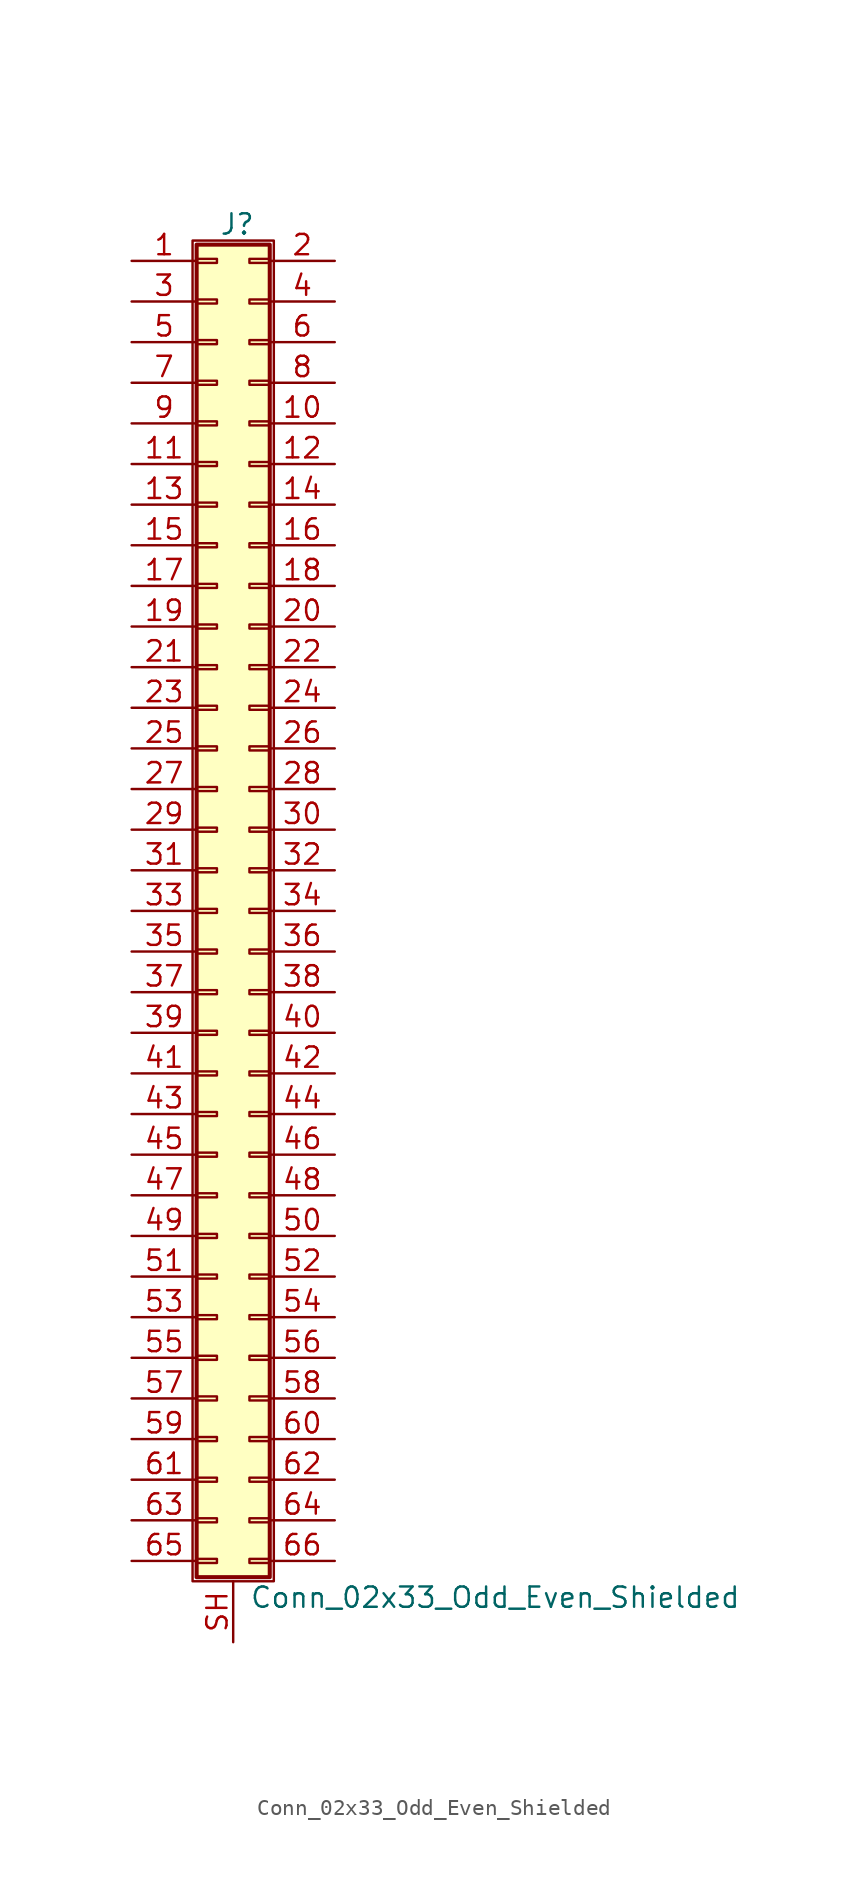
<source format=kicad_sym>
(kicad_symbol_lib
  (version 20211014)
  (generator kicad_symbol_editor)
  (symbol "Conn_02x33_Odd_Even_Shielded"
    (pin_names
      (offset 1.016) hide)
    (property "Reference" "J"
      (at 1.524 42.926 0)
      (effects (font (size 1.27 1.27))))
    (property "Value" "Conn_02x33_Odd_Even_Shielded"
      (at 2.286 -42.926 0)
      (effects (font (size 1.27 1.27)) (justify left)))
    (symbol "Conn_02x33_Odd_Even_Shielded_1_1"
      (rectangle (start -1.27 41.91) (end 3.81 -41.91) (stroke (width 0.152) (type default) (color 0 0 0 0)) (fill (type none)))
      (rectangle (start -1.016 -40.513) (end 0.254 -40.767) (stroke (width 0.152) (type default) (color 0 0 0 0)) (fill (type none)))
      (rectangle (start -1.016 -37.973) (end 0.254 -38.227) (stroke (width 0.152) (type default) (color 0 0 0 0)) (fill (type none)))
      (rectangle (start -1.016 -35.433) (end 0.254 -35.687) (stroke (width 0.152) (type default) (color 0 0 0 0)) (fill (type none)))
      (rectangle (start -1.016 -32.893) (end 0.254 -33.147) (stroke (width 0.152) (type default) (color 0 0 0 0)) (fill (type none)))
      (rectangle (start -1.016 -30.353) (end 0.254 -30.607) (stroke (width 0.152) (type default) (color 0 0 0 0)) (fill (type none)))
      (rectangle (start -1.016 -27.813) (end 0.254 -28.067) (stroke (width 0.152) (type default) (color 0 0 0 0)) (fill (type none)))
      (rectangle (start -1.016 -25.273) (end 0.254 -25.527) (stroke (width 0.152) (type default) (color 0 0 0 0)) (fill (type none)))
      (rectangle (start -1.016 -22.733) (end 0.254 -22.987) (stroke (width 0.152) (type default) (color 0 0 0 0)) (fill (type none)))
      (rectangle (start -1.016 -20.193) (end 0.254 -20.447) (stroke (width 0.152) (type default) (color 0 0 0 0)) (fill (type none)))
      (rectangle (start -1.016 -17.653) (end 0.254 -17.907) (stroke (width 0.152) (type default) (color 0 0 0 0)) (fill (type none)))
      (rectangle (start -1.016 -15.113) (end 0.254 -15.367) (stroke (width 0.152) (type default) (color 0 0 0 0)) (fill (type none)))
      (rectangle (start -1.016 -12.573) (end 0.254 -12.827) (stroke (width 0.152) (type default) (color 0 0 0 0)) (fill (type none)))
      (rectangle (start -1.016 -10.033) (end 0.254 -10.287) (stroke (width 0.152) (type default) (color 0 0 0 0)) (fill (type none)))
      (rectangle (start -1.016 -7.493) (end 0.254 -7.747) (stroke (width 0.152) (type default) (color 0 0 0 0)) (fill (type none)))
      (rectangle (start -1.016 -4.953) (end 0.254 -5.207) (stroke (width 0.152) (type default) (color 0 0 0 0)) (fill (type none)))
      (rectangle (start -1.016 -2.413) (end 0.254 -2.667) (stroke (width 0.152) (type default) (color 0 0 0 0)) (fill (type none)))
      (rectangle (start -1.016 0.127) (end 0.254 -0.127) (stroke (width 0.152) (type default) (color 0 0 0 0)) (fill (type none)))
      (rectangle (start -1.016 2.667) (end 0.254 2.413) (stroke (width 0.152) (type default) (color 0 0 0 0)) (fill (type none)))
      (rectangle (start -1.016 5.207) (end 0.254 4.953) (stroke (width 0.152) (type default) (color 0 0 0 0)) (fill (type none)))
      (rectangle (start -1.016 7.747) (end 0.254 7.493) (stroke (width 0.152) (type default) (color 0 0 0 0)) (fill (type none)))
      (rectangle (start -1.016 10.287) (end 0.254 10.033) (stroke (width 0.152) (type default) (color 0 0 0 0)) (fill (type none)))
      (rectangle (start -1.016 12.827) (end 0.254 12.573) (stroke (width 0.152) (type default) (color 0 0 0 0)) (fill (type none)))
      (rectangle (start -1.016 15.367) (end 0.254 15.113) (stroke (width 0.152) (type default) (color 0 0 0 0)) (fill (type none)))
      (rectangle (start -1.016 17.907) (end 0.254 17.653) (stroke (width 0.152) (type default) (color 0 0 0 0)) (fill (type none)))
      (rectangle (start -1.016 20.447) (end 0.254 20.193) (stroke (width 0.152) (type default) (color 0 0 0 0)) (fill (type none)))
      (rectangle (start -1.016 22.987) (end 0.254 22.733) (stroke (width 0.152) (type default) (color 0 0 0 0)) (fill (type none)))
      (rectangle (start -1.016 25.527) (end 0.254 25.273) (stroke (width 0.152) (type default) (color 0 0 0 0)) (fill (type none)))
      (rectangle (start -1.016 28.067) (end 0.254 27.813) (stroke (width 0.152) (type default) (color 0 0 0 0)) (fill (type none)))
      (rectangle (start -1.016 30.607) (end 0.254 30.353) (stroke (width 0.152) (type default) (color 0 0 0 0)) (fill (type none)))
      (rectangle (start -1.016 33.147) (end 0.254 32.893) (stroke (width 0.152) (type default) (color 0 0 0 0)) (fill (type none)))
      (rectangle (start -1.016 35.687) (end 0.254 35.433) (stroke (width 0.152) (type default) (color 0 0 0 0)) (fill (type none)))
      (rectangle (start -1.016 38.227) (end 0.254 37.973) (stroke (width 0.152) (type default) (color 0 0 0 0)) (fill (type none)))
      (rectangle (start -1.016 40.767) (end 0.254 40.513) (stroke (width 0.152) (type default) (color 0 0 0 0)) (fill (type none)))
      (rectangle (start -1.016 41.656) (end 3.556 -41.656) (stroke (width 0.254) (type default) (color 0 0 0 0)) (fill (type background)))
      (rectangle (start 3.556 -40.513) (end 2.286 -40.767) (stroke (width 0.152) (type default) (color 0 0 0 0)) (fill (type none)))
      (rectangle (start 3.556 -37.973) (end 2.286 -38.227) (stroke (width 0.152) (type default) (color 0 0 0 0)) (fill (type none)))
      (rectangle (start 3.556 -35.433) (end 2.286 -35.687) (stroke (width 0.152) (type default) (color 0 0 0 0)) (fill (type none)))
      (rectangle (start 3.556 -32.893) (end 2.286 -33.147) (stroke (width 0.152) (type default) (color 0 0 0 0)) (fill (type none)))
      (rectangle (start 3.556 -30.353) (end 2.286 -30.607) (stroke (width 0.152) (type default) (color 0 0 0 0)) (fill (type none)))
      (rectangle (start 3.556 -27.813) (end 2.286 -28.067) (stroke (width 0.152) (type default) (color 0 0 0 0)) (fill (type none)))
      (rectangle (start 3.556 -25.273) (end 2.286 -25.527) (stroke (width 0.152) (type default) (color 0 0 0 0)) (fill (type none)))
      (rectangle (start 3.556 -22.733) (end 2.286 -22.987) (stroke (width 0.152) (type default) (color 0 0 0 0)) (fill (type none)))
      (rectangle (start 3.556 -20.193) (end 2.286 -20.447) (stroke (width 0.152) (type default) (color 0 0 0 0)) (fill (type none)))
      (rectangle (start 3.556 -17.653) (end 2.286 -17.907) (stroke (width 0.152) (type default) (color 0 0 0 0)) (fill (type none)))
      (rectangle (start 3.556 -15.113) (end 2.286 -15.367) (stroke (width 0.152) (type default) (color 0 0 0 0)) (fill (type none)))
      (rectangle (start 3.556 -12.573) (end 2.286 -12.827) (stroke (width 0.152) (type default) (color 0 0 0 0)) (fill (type none)))
      (rectangle (start 3.556 -10.033) (end 2.286 -10.287) (stroke (width 0.152) (type default) (color 0 0 0 0)) (fill (type none)))
      (rectangle (start 3.556 -7.493) (end 2.286 -7.747) (stroke (width 0.152) (type default) (color 0 0 0 0)) (fill (type none)))
      (rectangle (start 3.556 -4.953) (end 2.286 -5.207) (stroke (width 0.152) (type default) (color 0 0 0 0)) (fill (type none)))
      (rectangle (start 3.556 -2.413) (end 2.286 -2.667) (stroke (width 0.152) (type default) (color 0 0 0 0)) (fill (type none)))
      (rectangle (start 3.556 0.127) (end 2.286 -0.127) (stroke (width 0.152) (type default) (color 0 0 0 0)) (fill (type none)))
      (rectangle (start 3.556 2.667) (end 2.286 2.413) (stroke (width 0.152) (type default) (color 0 0 0 0)) (fill (type none)))
      (rectangle (start 3.556 5.207) (end 2.286 4.953) (stroke (width 0.152) (type default) (color 0 0 0 0)) (fill (type none)))
      (rectangle (start 3.556 7.747) (end 2.286 7.493) (stroke (width 0.152) (type default) (color 0 0 0 0)) (fill (type none)))
      (rectangle (start 3.556 10.287) (end 2.286 10.033) (stroke (width 0.152) (type default) (color 0 0 0 0)) (fill (type none)))
      (rectangle (start 3.556 12.827) (end 2.286 12.573) (stroke (width 0.152) (type default) (color 0 0 0 0)) (fill (type none)))
      (rectangle (start 3.556 15.367) (end 2.286 15.113) (stroke (width 0.152) (type default) (color 0 0 0 0)) (fill (type none)))
      (rectangle (start 3.556 17.907) (end 2.286 17.653) (stroke (width 0.152) (type default) (color 0 0 0 0)) (fill (type none)))
      (rectangle (start 3.556 20.447) (end 2.286 20.193) (stroke (width 0.152) (type default) (color 0 0 0 0)) (fill (type none)))
      (rectangle (start 3.556 22.987) (end 2.286 22.733) (stroke (width 0.152) (type default) (color 0 0 0 0)) (fill (type none)))
      (rectangle (start 3.556 25.527) (end 2.286 25.273) (stroke (width 0.152) (type default) (color 0 0 0 0)) (fill (type none)))
      (rectangle (start 3.556 28.067) (end 2.286 27.813) (stroke (width 0.152) (type default) (color 0 0 0 0)) (fill (type none)))
      (rectangle (start 3.556 30.607) (end 2.286 30.353) (stroke (width 0.152) (type default) (color 0 0 0 0)) (fill (type none)))
      (rectangle (start 3.556 33.147) (end 2.286 32.893) (stroke (width 0.152) (type default) (color 0 0 0 0)) (fill (type none)))
      (rectangle (start 3.556 35.687) (end 2.286 35.433) (stroke (width 0.152) (type default) (color 0 0 0 0)) (fill (type none)))
      (rectangle (start 3.556 38.227) (end 2.286 37.973) (stroke (width 0.152) (type default) (color 0 0 0 0)) (fill (type none)))
      (rectangle (start 3.556 40.767) (end 2.286 40.513) (stroke (width 0.152) (type default) (color 0 0 0 0)) (fill (type none)))
      (pin passive line (at -5.08 40.64 0) (length 4.064) (name "Pin_1" (effects (font (size 1.27 1.27)))) (number "1" (effects (font (size 1.27 1.27)))))
      (pin passive line (at 7.62 30.48 180) (length 4.064) (name "Pin_10" (effects (font (size 1.27 1.27)))) (number "10" (effects (font (size 1.27 1.27)))))
      (pin passive line (at -5.08 27.94 0) (length 4.064) (name "Pin_11" (effects (font (size 1.27 1.27)))) (number "11" (effects (font (size 1.27 1.27)))))
      (pin passive line (at 7.62 27.94 180) (length 4.064) (name "Pin_12" (effects (font (size 1.27 1.27)))) (number "12" (effects (font (size 1.27 1.27)))))
      (pin passive line (at -5.08 25.4 0) (length 4.064) (name "Pin_13" (effects (font (size 1.27 1.27)))) (number "13" (effects (font (size 1.27 1.27)))))
      (pin passive line (at 7.62 25.4 180) (length 4.064) (name "Pin_14" (effects (font (size 1.27 1.27)))) (number "14" (effects (font (size 1.27 1.27)))))
      (pin passive line (at -5.08 22.86 0) (length 4.064) (name "Pin_15" (effects (font (size 1.27 1.27)))) (number "15" (effects (font (size 1.27 1.27)))))
      (pin passive line (at 7.62 22.86 180) (length 4.064) (name "Pin_16" (effects (font (size 1.27 1.27)))) (number "16" (effects (font (size 1.27 1.27)))))
      (pin passive line (at -5.08 20.32 0) (length 4.064) (name "Pin_17" (effects (font (size 1.27 1.27)))) (number "17" (effects (font (size 1.27 1.27)))))
      (pin passive line (at 7.62 20.32 180) (length 4.064) (name "Pin_18" (effects (font (size 1.27 1.27)))) (number "18" (effects (font (size 1.27 1.27)))))
      (pin passive line (at -5.08 17.78 0) (length 4.064) (name "Pin_19" (effects (font (size 1.27 1.27)))) (number "19" (effects (font (size 1.27 1.27)))))
      (pin passive line (at 7.62 40.64 180) (length 4.064) (name "Pin_2" (effects (font (size 1.27 1.27)))) (number "2" (effects (font (size 1.27 1.27)))))
      (pin passive line (at 7.62 17.78 180) (length 4.064) (name "Pin_20" (effects (font (size 1.27 1.27)))) (number "20" (effects (font (size 1.27 1.27)))))
      (pin passive line (at -5.08 15.24 0) (length 4.064) (name "Pin_21" (effects (font (size 1.27 1.27)))) (number "21" (effects (font (size 1.27 1.27)))))
      (pin passive line (at 7.62 15.24 180) (length 4.064) (name "Pin_22" (effects (font (size 1.27 1.27)))) (number "22" (effects (font (size 1.27 1.27)))))
      (pin passive line (at -5.08 12.7 0) (length 4.064) (name "Pin_23" (effects (font (size 1.27 1.27)))) (number "23" (effects (font (size 1.27 1.27)))))
      (pin passive line (at 7.62 12.7 180) (length 4.064) (name "Pin_24" (effects (font (size 1.27 1.27)))) (number "24" (effects (font (size 1.27 1.27)))))
      (pin passive line (at -5.08 10.16 0) (length 4.064) (name "Pin_25" (effects (font (size 1.27 1.27)))) (number "25" (effects (font (size 1.27 1.27)))))
      (pin passive line (at 7.62 10.16 180) (length 4.064) (name "Pin_26" (effects (font (size 1.27 1.27)))) (number "26" (effects (font (size 1.27 1.27)))))
      (pin passive line (at -5.08 7.62 0) (length 4.064) (name "Pin_27" (effects (font (size 1.27 1.27)))) (number "27" (effects (font (size 1.27 1.27)))))
      (pin passive line (at 7.62 7.62 180) (length 4.064) (name "Pin_28" (effects (font (size 1.27 1.27)))) (number "28" (effects (font (size 1.27 1.27)))))
      (pin passive line (at -5.08 5.08 0) (length 4.064) (name "Pin_29" (effects (font (size 1.27 1.27)))) (number "29" (effects (font (size 1.27 1.27)))))
      (pin passive line (at -5.08 38.1 0) (length 4.064) (name "Pin_3" (effects (font (size 1.27 1.27)))) (number "3" (effects (font (size 1.27 1.27)))))
      (pin passive line (at 7.62 5.08 180) (length 4.064) (name "Pin_30" (effects (font (size 1.27 1.27)))) (number "30" (effects (font (size 1.27 1.27)))))
      (pin passive line (at -5.08 2.54 0) (length 4.064) (name "Pin_31" (effects (font (size 1.27 1.27)))) (number "31" (effects (font (size 1.27 1.27)))))
      (pin passive line (at 7.62 2.54 180) (length 4.064) (name "Pin_32" (effects (font (size 1.27 1.27)))) (number "32" (effects (font (size 1.27 1.27)))))
      (pin passive line (at -5.08 0 0) (length 4.064) (name "Pin_33" (effects (font (size 1.27 1.27)))) (number "33" (effects (font (size 1.27 1.27)))))
      (pin passive line (at 7.62 0 180) (length 4.064) (name "Pin_34" (effects (font (size 1.27 1.27)))) (number "34" (effects (font (size 1.27 1.27)))))
      (pin passive line (at -5.08 -2.54 0) (length 4.064) (name "Pin_35" (effects (font (size 1.27 1.27)))) (number "35" (effects (font (size 1.27 1.27)))))
      (pin passive line (at 7.62 -2.54 180) (length 4.064) (name "Pin_36" (effects (font (size 1.27 1.27)))) (number "36" (effects (font (size 1.27 1.27)))))
      (pin passive line (at -5.08 -5.08 0) (length 4.064) (name "Pin_37" (effects (font (size 1.27 1.27)))) (number "37" (effects (font (size 1.27 1.27)))))
      (pin passive line (at 7.62 -5.08 180) (length 4.064) (name "Pin_38" (effects (font (size 1.27 1.27)))) (number "38" (effects (font (size 1.27 1.27)))))
      (pin passive line (at -5.08 -7.62 0) (length 4.064) (name "Pin_39" (effects (font (size 1.27 1.27)))) (number "39" (effects (font (size 1.27 1.27)))))
      (pin passive line (at 7.62 38.1 180) (length 4.064) (name "Pin_4" (effects (font (size 1.27 1.27)))) (number "4" (effects (font (size 1.27 1.27)))))
      (pin passive line (at 7.62 -7.62 180) (length 4.064) (name "Pin_40" (effects (font (size 1.27 1.27)))) (number "40" (effects (font (size 1.27 1.27)))))
      (pin passive line (at -5.08 -10.16 0) (length 4.064) (name "Pin_41" (effects (font (size 1.27 1.27)))) (number "41" (effects (font (size 1.27 1.27)))))
      (pin passive line (at 7.62 -10.16 180) (length 4.064) (name "Pin_42" (effects (font (size 1.27 1.27)))) (number "42" (effects (font (size 1.27 1.27)))))
      (pin passive line (at -5.08 -12.7 0) (length 4.064) (name "Pin_43" (effects (font (size 1.27 1.27)))) (number "43" (effects (font (size 1.27 1.27)))))
      (pin passive line (at 7.62 -12.7 180) (length 4.064) (name "Pin_44" (effects (font (size 1.27 1.27)))) (number "44" (effects (font (size 1.27 1.27)))))
      (pin passive line (at -5.08 -15.24 0) (length 4.064) (name "Pin_45" (effects (font (size 1.27 1.27)))) (number "45" (effects (font (size 1.27 1.27)))))
      (pin passive line (at 7.62 -15.24 180) (length 4.064) (name "Pin_46" (effects (font (size 1.27 1.27)))) (number "46" (effects (font (size 1.27 1.27)))))
      (pin passive line (at -5.08 -17.78 0) (length 4.064) (name "Pin_47" (effects (font (size 1.27 1.27)))) (number "47" (effects (font (size 1.27 1.27)))))
      (pin passive line (at 7.62 -17.78 180) (length 4.064) (name "Pin_48" (effects (font (size 1.27 1.27)))) (number "48" (effects (font (size 1.27 1.27)))))
      (pin passive line (at -5.08 -20.32 0) (length 4.064) (name "Pin_49" (effects (font (size 1.27 1.27)))) (number "49" (effects (font (size 1.27 1.27)))))
      (pin passive line (at -5.08 35.56 0) (length 4.064) (name "Pin_5" (effects (font (size 1.27 1.27)))) (number "5" (effects (font (size 1.27 1.27)))))
      (pin passive line (at 7.62 -20.32 180) (length 4.064) (name "Pin_50" (effects (font (size 1.27 1.27)))) (number "50" (effects (font (size 1.27 1.27)))))
      (pin passive line (at -5.08 -22.86 0) (length 4.064) (name "Pin_51" (effects (font (size 1.27 1.27)))) (number "51" (effects (font (size 1.27 1.27)))))
      (pin passive line (at 7.62 -22.86 180) (length 4.064) (name "Pin_52" (effects (font (size 1.27 1.27)))) (number "52" (effects (font (size 1.27 1.27)))))
      (pin passive line (at -5.08 -25.4 0) (length 4.064) (name "Pin_53" (effects (font (size 1.27 1.27)))) (number "53" (effects (font (size 1.27 1.27)))))
      (pin passive line (at 7.62 -25.4 180) (length 4.064) (name "Pin_54" (effects (font (size 1.27 1.27)))) (number "54" (effects (font (size 1.27 1.27)))))
      (pin passive line (at -5.08 -27.94 0) (length 4.064) (name "Pin_55" (effects (font (size 1.27 1.27)))) (number "55" (effects (font (size 1.27 1.27)))))
      (pin passive line (at 7.62 -27.94 180) (length 4.064) (name "Pin_56" (effects (font (size 1.27 1.27)))) (number "56" (effects (font (size 1.27 1.27)))))
      (pin passive line (at -5.08 -30.48 0) (length 4.064) (name "Pin_57" (effects (font (size 1.27 1.27)))) (number "57" (effects (font (size 1.27 1.27)))))
      (pin passive line (at 7.62 -30.48 180) (length 4.064) (name "Pin_58" (effects (font (size 1.27 1.27)))) (number "58" (effects (font (size 1.27 1.27)))))
      (pin passive line (at -5.08 -33.02 0) (length 4.064) (name "Pin_59" (effects (font (size 1.27 1.27)))) (number "59" (effects (font (size 1.27 1.27)))))
      (pin passive line (at 7.62 35.56 180) (length 4.064) (name "Pin_6" (effects (font (size 1.27 1.27)))) (number "6" (effects (font (size 1.27 1.27)))))
      (pin passive line (at 7.62 -33.02 180) (length 4.064) (name "Pin_60" (effects (font (size 1.27 1.27)))) (number "60" (effects (font (size 1.27 1.27)))))
      (pin passive line (at -5.08 -35.56 0) (length 4.064) (name "Pin_61" (effects (font (size 1.27 1.27)))) (number "61" (effects (font (size 1.27 1.27)))))
      (pin passive line (at 7.62 -35.56 180) (length 4.064) (name "Pin_62" (effects (font (size 1.27 1.27)))) (number "62" (effects (font (size 1.27 1.27)))))
      (pin passive line (at -5.08 -38.1 0) (length 4.064) (name "Pin_63" (effects (font (size 1.27 1.27)))) (number "63" (effects (font (size 1.27 1.27)))))
      (pin passive line (at 7.62 -38.1 180) (length 4.064) (name "Pin_64" (effects (font (size 1.27 1.27)))) (number "64" (effects (font (size 1.27 1.27)))))
      (pin passive line (at -5.08 -40.64 0) (length 4.064) (name "Pin_65" (effects (font (size 1.27 1.27)))) (number "65" (effects (font (size 1.27 1.27)))))
      (pin passive line (at 7.62 -40.64 180) (length 4.064) (name "Pin_66" (effects (font (size 1.27 1.27)))) (number "66" (effects (font (size 1.27 1.27)))))
      (pin passive line (at -5.08 33.02 0) (length 4.064) (name "Pin_7" (effects (font (size 1.27 1.27)))) (number "7" (effects (font (size 1.27 1.27)))))
      (pin passive line (at 7.62 33.02 180) (length 4.064) (name "Pin_8" (effects (font (size 1.27 1.27)))) (number "8" (effects (font (size 1.27 1.27)))))
      (pin passive line (at -5.08 30.48 0) (length 4.064) (name "Pin_9" (effects (font (size 1.27 1.27)))) (number "9" (effects (font (size 1.27 1.27)))))
      (pin passive line (at 1.27 -45.72 90) (length 3.81) (name "Shield" (effects (font (size 1.27 1.27)))) (number "SH" (effects (font (size 1.27 1.27))))))))
</source>
